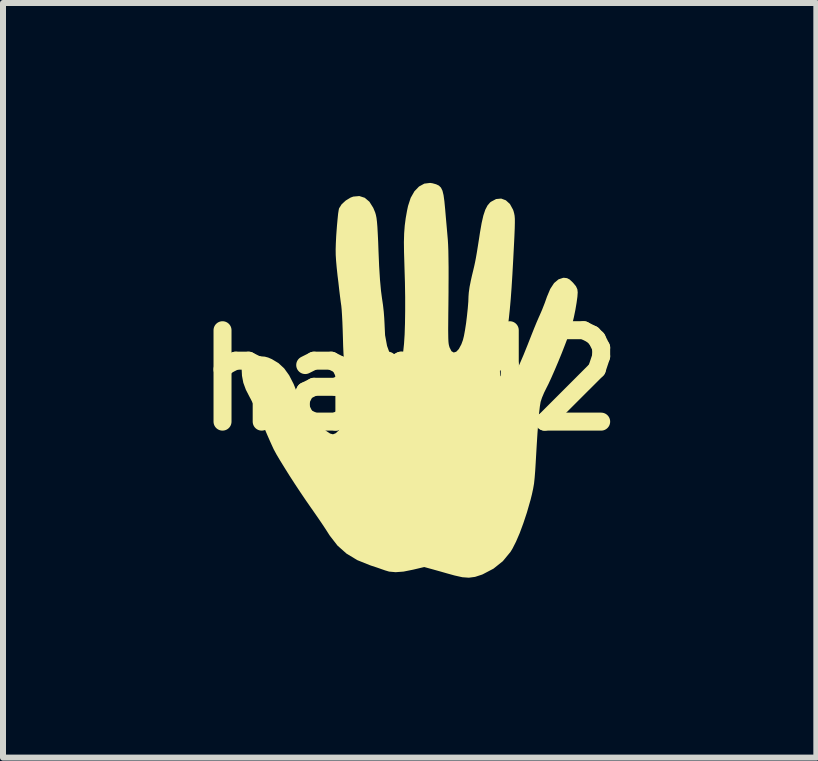
<source format=kicad_pcb>
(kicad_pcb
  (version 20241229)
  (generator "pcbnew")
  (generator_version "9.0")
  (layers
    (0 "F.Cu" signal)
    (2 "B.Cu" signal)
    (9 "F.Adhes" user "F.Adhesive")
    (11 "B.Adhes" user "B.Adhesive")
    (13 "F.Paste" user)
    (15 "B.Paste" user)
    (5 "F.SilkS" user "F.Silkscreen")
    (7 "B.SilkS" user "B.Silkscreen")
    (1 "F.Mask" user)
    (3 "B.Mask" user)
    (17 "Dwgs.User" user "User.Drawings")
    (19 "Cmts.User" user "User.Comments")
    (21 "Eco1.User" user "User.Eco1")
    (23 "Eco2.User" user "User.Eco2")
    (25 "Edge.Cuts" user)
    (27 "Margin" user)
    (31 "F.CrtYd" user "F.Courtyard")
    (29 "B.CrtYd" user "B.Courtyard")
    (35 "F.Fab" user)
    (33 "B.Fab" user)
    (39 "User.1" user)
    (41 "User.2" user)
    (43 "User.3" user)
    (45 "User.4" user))
  (footprint "hand2"
    (layer "F.Cu")
    (at 3.781 3.291)
    (property "Reference" "hand2" (at 0 0 0) (layer "F.SilkS") (effects (font (size 1.524 1.524) (thickness 0.3))))
    (attr board_only exclude_from_pos_files exclude_from_bom)
    (fp_poly (pts (xy 0.381 -3.285) (xy 0.442 -3.268) (xy 0.488 -3.246) (xy 0.522 -3.212) (xy 0.547 -3.161) (xy 0.565 -3.087) (xy 0.579 -2.985) (xy 0.592 -2.85) (xy 0.603 -2.721) (xy 0.615 -2.586) (xy 0.626 -2.461) (xy 0.635 -2.357) (xy 0.637 -2.332) (xy 0.641 -2.262) (xy 0.645 -2.158) (xy 0.647 -2.028) (xy 0.649 -1.879) (xy 0.649 -1.716) (xy 0.648 -1.547) (xy 0.648 -1.471) (xy 0.646 -1.266) (xy 0.644 -1.096) (xy 0.643 -0.959) (xy 0.642 -0.85) (xy 0.643 -0.766) (xy 0.644 -0.702) (xy 0.646 -0.654) (xy 0.649 -0.619) (xy 0.653 -0.593) (xy 0.658 -0.572) (xy 0.664 -0.551) (xy 0.667 -0.544) (xy 0.697 -0.485) (xy 0.735 -0.463) (xy 0.777 -0.476) (xy 0.82 -0.522) (xy 0.862 -0.6) (xy 0.888 -0.671) (xy 0.905 -0.739) (xy 0.923 -0.837) (xy 0.941 -0.953) (xy 0.956 -1.078) (xy 0.969 -1.201) (xy 0.978 -1.312) (xy 0.981 -1.396) (xy 0.986 -1.464) (xy 0.999 -1.557) (xy 1.02 -1.662) (xy 1.039 -1.747) (xy 1.059 -1.829) (xy 1.076 -1.901) (xy 1.091 -1.97) (xy 1.105 -2.043) (xy 1.12 -2.129) (xy 1.137 -2.235) (xy 1.158 -2.368) (xy 1.172 -2.461) (xy 1.2 -2.622) (xy 1.229 -2.748) (xy 1.261 -2.844) (xy 1.298 -2.915) (xy 1.341 -2.965) (xy 1.355 -2.976) (xy 1.441 -3.022) (xy 1.526 -3.03) (xy 1.604 -3.001) (xy 1.672 -2.939) (xy 1.724 -2.844) (xy 1.732 -2.821) (xy 1.742 -2.784) (xy 1.75 -2.743) (xy 1.754 -2.692) (xy 1.754 -2.625) (xy 1.752 -2.534) (xy 1.747 -2.415) (xy 1.742 -2.309) (xy 1.727 -2.018) (xy 1.713 -1.765) (xy 1.699 -1.543) (xy 1.685 -1.352) (xy 1.67 -1.185) (xy 1.655 -1.041) (xy 1.64 -0.915) (xy 1.622 -0.804) (xy 1.603 -0.704) (xy 1.582 -0.611) (xy 1.572 -0.57) (xy 1.544 -0.451) (xy 1.523 -0.333) (xy 1.509 -0.227) (xy 1.505 -0.141) (xy 1.51 -0.083) (xy 1.511 -0.08) (xy 1.537 -0.043) (xy 1.583 -0.009) (xy 1.584 -0.008) (xy 1.628 0.011) (xy 1.657 0.008) (xy 1.685 -0.014) (xy 1.725 -0.064) (xy 1.775 -0.15) (xy 1.833 -0.27) (xy 1.899 -0.423) (xy 1.972 -0.604) (xy 1.982 -0.63) (xy 2.028 -0.747) (xy 2.075 -0.865) (xy 2.119 -0.972) (xy 2.156 -1.057) (xy 2.167 -1.081) (xy 2.209 -1.178) (xy 2.253 -1.29) (xy 2.289 -1.392) (xy 2.289 -1.392) (xy 2.344 -1.523) (xy 2.408 -1.621) (xy 2.482 -1.683) (xy 2.561 -1.709) (xy 2.574 -1.709) (xy 2.624 -1.703) (xy 2.668 -1.68) (xy 2.719 -1.632) (xy 2.725 -1.626) (xy 2.773 -1.568) (xy 2.796 -1.518) (xy 2.802 -1.467) (xy 2.797 -1.393) (xy 2.783 -1.291) (xy 2.763 -1.173) (xy 2.738 -1.051) (xy 2.71 -0.935) (xy 2.703 -0.91) (xy 2.678 -0.829) (xy 2.639 -0.72) (xy 2.59 -0.591) (xy 2.535 -0.45) (xy 2.476 -0.306) (xy 2.417 -0.167) (xy 2.362 -0.042) (xy 2.314 0.062) (xy 2.283 0.123) (xy 2.242 0.206) (xy 2.207 0.289) (xy 2.185 0.355) (xy 2.183 0.363) (xy 2.171 0.435) (xy 2.158 0.547) (xy 2.145 0.697) (xy 2.131 0.884) (xy 2.117 1.107) (xy 2.102 1.366) (xy 2.102 1.369) (xy 2.093 1.513) (xy 2.084 1.626) (xy 2.074 1.721) (xy 2.059 1.807) (xy 2.04 1.896) (xy 2.015 1.997) (xy 2.008 2.02) (xy 1.955 2.205) (xy 1.896 2.383) (xy 1.835 2.548) (xy 1.773 2.692) (xy 1.714 2.808) (xy 1.681 2.862) (xy 1.553 3.017) (xy 1.398 3.141) (xy 1.217 3.236) (xy 1.202 3.242) (xy 1.091 3.278) (xy 0.987 3.292) (xy 0.878 3.284) (xy 0.749 3.255) (xy 0.731 3.25) (xy 0.626 3.221) (xy 0.514 3.189) (xy 0.414 3.161) (xy 0.397 3.156) (xy 0.243 3.114) (xy 0.057 3.158) (xy -0.102 3.19) (xy -0.233 3.2) (xy -0.343 3.19) (xy -0.41 3.17) (xy -0.467 3.15) (xy -0.547 3.122) (xy -0.636 3.093) (xy -0.664 3.083) (xy -0.873 2.999) (xy -1.052 2.891) (xy -1.203 2.757) (xy -1.331 2.592) (xy -1.348 2.566) (xy -1.399 2.486) (xy -1.466 2.385) (xy -1.542 2.274) (xy -1.619 2.163) (xy -1.648 2.122) (xy -1.732 2.001) (xy -1.822 1.868) (xy -1.914 1.729) (xy -2.004 1.59) (xy -2.087 1.457) (xy -2.161 1.337) (xy -2.221 1.236) (xy -2.262 1.16) (xy -2.267 1.151) (xy -2.292 1.097) (xy -2.329 1.015) (xy -2.373 0.915) (xy -2.419 0.807) (xy -2.439 0.761) (xy -2.491 0.642) (xy -2.548 0.519) (xy -2.604 0.404) (xy -2.652 0.31) (xy -2.663 0.29) (xy -2.731 0.158) (xy -2.774 0.041) (xy -2.796 -0.075) (xy -2.802 -0.191) (xy -2.796 -0.276) (xy -2.775 -0.333) (xy -2.732 -0.369) (xy -2.661 -0.389) (xy -2.567 -0.397) (xy -2.479 -0.399) (xy -2.415 -0.394) (xy -2.359 -0.379) (xy -2.297 -0.352) (xy -2.187 -0.286) (xy -2.093 -0.199) (xy -2.01 -0.084) (xy -1.935 0.062) (xy -1.889 0.176) (xy -1.83 0.294) (xy -1.75 0.407) (xy -1.741 0.417) (xy -1.679 0.493) (xy -1.61 0.582) (xy -1.548 0.668) (xy -1.547 0.67) (xy -1.47 0.769) (xy -1.395 0.843) (xy -1.327 0.888) (xy -1.279 0.901) (xy -1.235 0.884) (xy -1.184 0.838) (xy -1.135 0.773) (xy -1.1 0.71) (xy -1.082 0.649) (xy -1.067 0.556) (xy -1.055 0.441) (xy -1.048 0.313) (xy -1.044 0.18) (xy -1.045 0.053) (xy -1.051 -0.061) (xy -1.062 -0.153) (xy -1.07 -0.19) (xy -1.084 -0.252) (xy -1.095 -0.332) (xy -1.103 -0.436) (xy -1.109 -0.57) (xy -1.113 -0.711) (xy -1.117 -0.843) (xy -1.122 -0.972) (xy -1.128 -1.086) (xy -1.134 -1.179) (xy -1.14 -1.241) (xy -1.14 -1.241) (xy -1.149 -1.304) (xy -1.161 -1.397) (xy -1.175 -1.511) (xy -1.189 -1.637) (xy -1.202 -1.741) (xy -1.217 -1.881) (xy -1.227 -1.993) (xy -1.233 -2.09) (xy -1.234 -2.183) (xy -1.231 -2.283) (xy -1.225 -2.405) (xy -1.221 -2.462) (xy -1.212 -2.58) (xy -1.202 -2.688) (xy -1.193 -2.778) (xy -1.183 -2.841) (xy -1.177 -2.867) (xy -1.134 -2.935) (xy -1.065 -2.998) (xy -0.984 -3.047) (xy -0.94 -3.063) (xy -0.839 -3.072) (xy -0.749 -3.043) (xy -0.671 -2.977) (xy -0.607 -2.875) (xy -0.575 -2.798) (xy -0.563 -2.757) (xy -0.553 -2.707) (xy -0.545 -2.641) (xy -0.538 -2.556) (xy -0.532 -2.445) (xy -0.525 -2.304) (xy -0.52 -2.162) (xy -0.509 -1.9) (xy -0.495 -1.677) (xy -0.478 -1.492) (xy -0.462 -1.371) (xy -0.445 -1.257) (xy -0.432 -1.141) (xy -0.424 -1.037) (xy -0.42 -0.962) (xy -0.41 -0.752) (xy -0.377 -0.573) (xy -0.323 -0.424) (xy -0.284 -0.355) (xy -0.241 -0.301) (xy -0.204 -0.284) (xy -0.169 -0.305) (xy -0.143 -0.341) (xy -0.124 -0.394) (xy -0.107 -0.485) (xy -0.094 -0.609) (xy -0.084 -0.764) (xy -0.078 -0.947) (xy -0.075 -1.156) (xy -0.075 -1.386) (xy -0.079 -1.634) (xy -0.087 -1.899) (xy -0.088 -1.937) (xy -0.094 -2.137) (xy -0.096 -2.305) (xy -0.092 -2.45) (xy -0.082 -2.58) (xy -0.066 -2.703) (xy -0.044 -2.827) (xy -0.027 -2.907) (xy 0.017 -3.042) (xy 0.079 -3.151) (xy 0.156 -3.231) (xy 0.244 -3.279) (xy 0.341 -3.291)) (stroke (width 0) (type solid)) (fill yes) (layer "F.SilkS")))
  (gr_rect
    (start -3 -3)
    (end 10.562 9.583)
    (stroke (width 0.1) (type default))
    (fill no)
    (layer "Edge.Cuts")))
</source>
